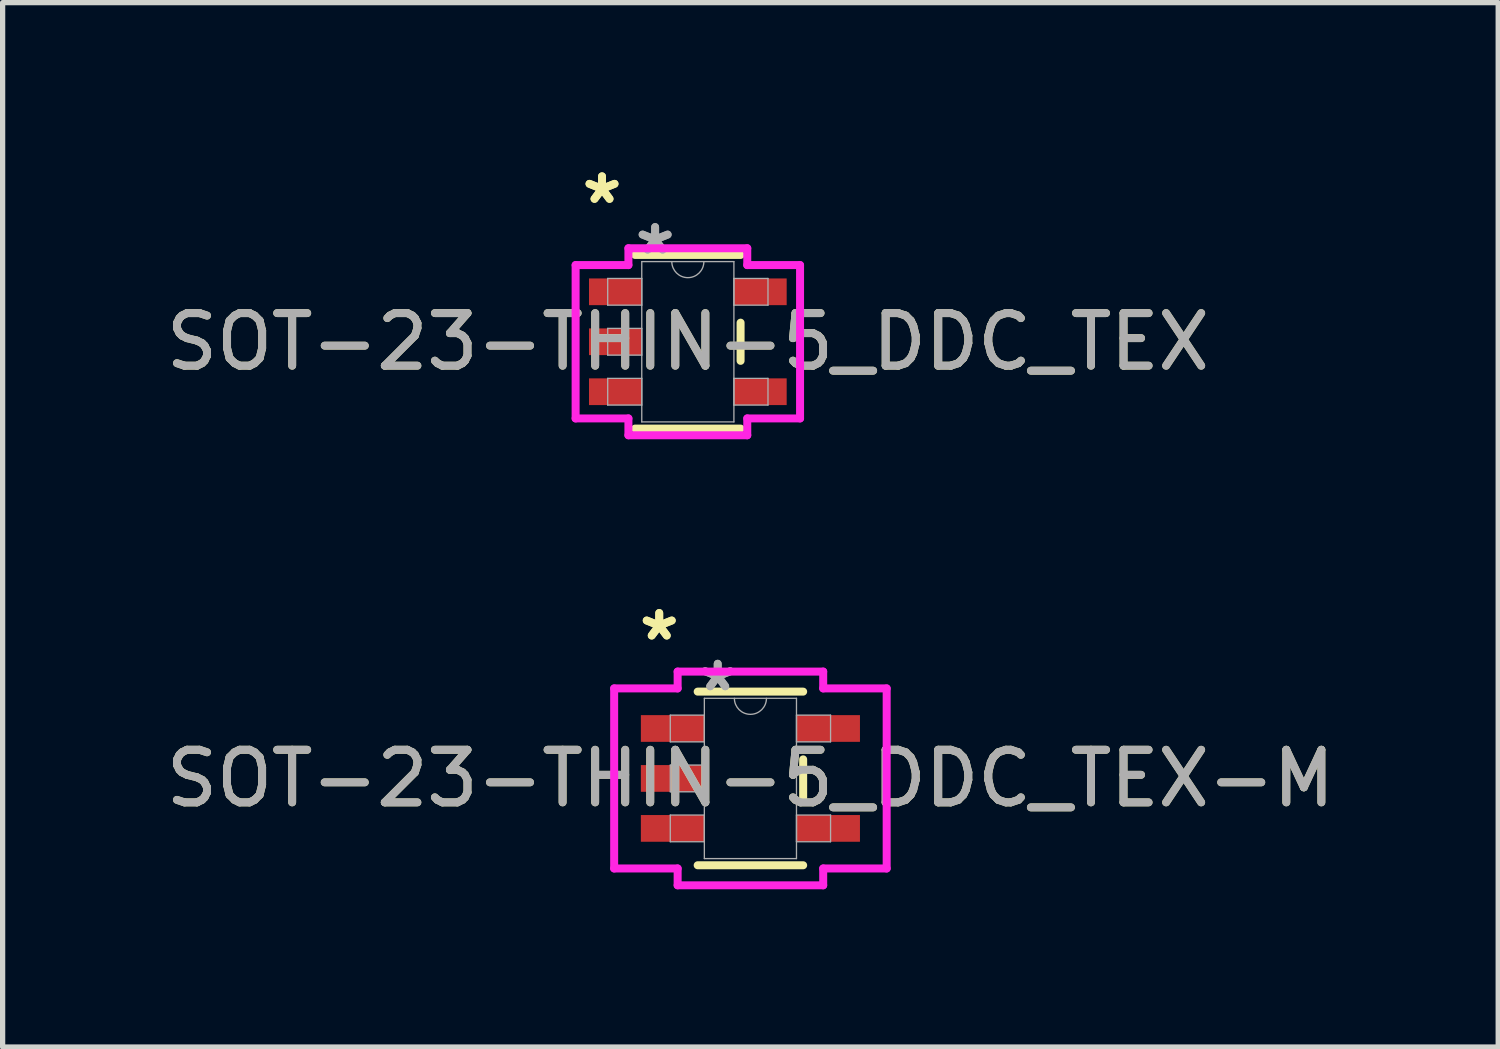
<source format=kicad_pcb>
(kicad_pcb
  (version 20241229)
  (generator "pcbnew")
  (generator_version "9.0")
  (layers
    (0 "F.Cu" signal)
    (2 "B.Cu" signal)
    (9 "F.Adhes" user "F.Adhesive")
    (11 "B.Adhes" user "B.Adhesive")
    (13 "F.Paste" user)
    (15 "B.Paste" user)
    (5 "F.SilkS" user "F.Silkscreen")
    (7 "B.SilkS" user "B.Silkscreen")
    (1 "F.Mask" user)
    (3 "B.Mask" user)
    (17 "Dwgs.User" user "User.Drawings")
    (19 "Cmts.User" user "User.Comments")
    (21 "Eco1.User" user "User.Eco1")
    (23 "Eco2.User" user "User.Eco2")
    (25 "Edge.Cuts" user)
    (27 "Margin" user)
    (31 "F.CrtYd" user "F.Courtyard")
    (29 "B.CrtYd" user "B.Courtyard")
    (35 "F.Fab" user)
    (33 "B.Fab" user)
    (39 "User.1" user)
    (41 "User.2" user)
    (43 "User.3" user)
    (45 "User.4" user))
  (footprint "SOT-23-THIN-5_DDC_TEX-M"
    (layer "F.Cu")
    (at 11.22 11.753)
    (property "Reference" "SOT-23-THIN-5_DDC_TEX-M" (at 0 0 0) (unlocked yes) (layer "F.SilkS") (effects (font (size 1 1) (thickness 0.15))))
    (attr smd)
    (fp_line (start -1.003 1.651) (end 1.003 1.651) (stroke (width 0.152) (type solid)) (layer "F.SilkS"))
    (fp_line (start 1.003 -1.651) (end -1.003 -1.651) (stroke (width 0.152) (type solid)) (layer "F.SilkS"))
    (fp_line (start 1.003 0.363) (end 1.003 -0.363) (stroke (width 0.152) (type solid)) (layer "F.SilkS"))
    (fp_line (start -2.591 -1.712) (end -1.384 -1.712) (stroke (width 0.152) (type solid)) (layer "F.CrtYd"))
    (fp_line (start -2.591 1.712) (end -2.591 -1.712) (stroke (width 0.152) (type solid)) (layer "F.CrtYd"))
    (fp_line (start -1.384 -2.032) (end 1.384 -2.032) (stroke (width 0.152) (type solid)) (layer "F.CrtYd"))
    (fp_line (start -1.384 -1.712) (end -1.384 -2.032) (stroke (width 0.152) (type solid)) (layer "F.CrtYd"))
    (fp_line (start -1.384 1.712) (end -2.591 1.712) (stroke (width 0.152) (type solid)) (layer "F.CrtYd"))
    (fp_line (start -1.384 2.032) (end -1.384 1.712) (stroke (width 0.152) (type solid)) (layer "F.CrtYd"))
    (fp_line (start 1.384 -2.032) (end 1.384 -1.712) (stroke (width 0.152) (type solid)) (layer "F.CrtYd"))
    (fp_line (start 1.384 -1.712) (end 2.591 -1.712) (stroke (width 0.152) (type solid)) (layer "F.CrtYd"))
    (fp_line (start 1.384 1.712) (end 1.384 2.032) (stroke (width 0.152) (type solid)) (layer "F.CrtYd"))
    (fp_line (start 1.384 2.032) (end -1.384 2.032) (stroke (width 0.152) (type solid)) (layer "F.CrtYd"))
    (fp_line (start 2.591 -1.712) (end 2.591 1.712) (stroke (width 0.152) (type solid)) (layer "F.CrtYd"))
    (fp_line (start 2.591 1.712) (end 1.384 1.712) (stroke (width 0.152) (type solid)) (layer "F.CrtYd"))
    (fp_line (start -1.524 -1.204) (end -1.524 -0.696) (stroke (width 0.025) (type solid)) (layer "F.Fab"))
    (fp_line (start -1.524 -0.696) (end -0.876 -0.696) (stroke (width 0.025) (type solid)) (layer "F.Fab"))
    (fp_line (start -1.524 -0.254) (end -1.524 0.254) (stroke (width 0.025) (type solid)) (layer "F.Fab"))
    (fp_line (start -1.524 0.254) (end -0.876 0.254) (stroke (width 0.025) (type solid)) (layer "F.Fab"))
    (fp_line (start -1.524 0.696) (end -1.524 1.204) (stroke (width 0.025) (type solid)) (layer "F.Fab"))
    (fp_line (start -1.524 1.204) (end -0.876 1.204) (stroke (width 0.025) (type solid)) (layer "F.Fab"))
    (fp_line (start -0.876 -1.524) (end -0.876 1.524) (stroke (width 0.025) (type solid)) (layer "F.Fab"))
    (fp_line (start -0.876 -1.204) (end -1.524 -1.204) (stroke (width 0.025) (type solid)) (layer "F.Fab"))
    (fp_line (start -0.876 -0.696) (end -0.876 -1.204) (stroke (width 0.025) (type solid)) (layer "F.Fab"))
    (fp_line (start -0.876 -0.254) (end -1.524 -0.254) (stroke (width 0.025) (type solid)) (layer "F.Fab"))
    (fp_line (start -0.876 0.254) (end -0.876 -0.254) (stroke (width 0.025) (type solid)) (layer "F.Fab"))
    (fp_line (start -0.876 0.696) (end -1.524 0.696) (stroke (width 0.025) (type solid)) (layer "F.Fab"))
    (fp_line (start -0.876 1.204) (end -0.876 0.696) (stroke (width 0.025) (type solid)) (layer "F.Fab"))
    (fp_line (start -0.876 1.524) (end 0.876 1.524) (stroke (width 0.025) (type solid)) (layer "F.Fab"))
    (fp_line (start 0.876 -1.524) (end -0.876 -1.524) (stroke (width 0.025) (type solid)) (layer "F.Fab"))
    (fp_line (start 0.876 -1.204) (end 0.876 -0.696) (stroke (width 0.025) (type solid)) (layer "F.Fab"))
    (fp_line (start 0.876 -0.696) (end 1.524 -0.696) (stroke (width 0.025) (type solid)) (layer "F.Fab"))
    (fp_line (start 0.876 0.696) (end 0.876 1.204) (stroke (width 0.025) (type solid)) (layer "F.Fab"))
    (fp_line (start 0.876 1.204) (end 1.524 1.204) (stroke (width 0.025) (type solid)) (layer "F.Fab"))
    (fp_line (start 0.876 1.524) (end 0.876 -1.524) (stroke (width 0.025) (type solid)) (layer "F.Fab"))
    (fp_line (start 1.524 -1.204) (end 0.876 -1.204) (stroke (width 0.025) (type solid)) (layer "F.Fab"))
    (fp_line (start 1.524 -0.696) (end 1.524 -1.204) (stroke (width 0.025) (type solid)) (layer "F.Fab"))
    (fp_line (start 1.524 0.696) (end 0.876 0.696) (stroke (width 0.025) (type solid)) (layer "F.Fab"))
    (fp_line (start 1.524 1.204) (end 1.524 0.696) (stroke (width 0.025) (type solid)) (layer "F.Fab"))
    (fp_arc (start 0.3048 -1.524) (mid 0 -1.2192) (end -0.3048 -1.524) (stroke (width 0.0254) (type solid)) (layer "F.Fab"))
    (fp_text user "*" (at -1.734 -2.601 0) (layer "F.SilkS") (effects (font (size 1 1) (thickness 0.15))))
    (fp_text user "*" (at -1.734 -2.601 0) (unlocked yes) (layer "F.SilkS") (effects (font (size 1 1) (thickness 0.15))))
    (fp_text user "${REFERENCE}" (at 0 0 0) (unlocked yes) (layer "F.Fab") (effects (font (size 1 1) (thickness 0.15))))
    (fp_text user "*" (at -0.622 -1.636 0) (unlocked yes) (layer "F.Fab") (effects (font (size 1 1) (thickness 0.15))))
    (fp_text user "*" (at -0.622 -1.636 0) (layer "F.Fab") (effects (font (size 1 1) (thickness 0.15))))
    (pad "1" smd rect (at -1.48 -0.95) (size 1.206 0.508) (layers "F.Cu" "F.Mask" "F.Paste"))
    (pad "2" smd rect (at -1.48 0) (size 1.206 0.508) (layers "F.Cu" "F.Mask" "F.Paste"))
    (pad "3" smd rect (at -1.48 0.95) (size 1.206 0.508) (layers "F.Cu" "F.Mask" "F.Paste"))
    (pad "4" smd rect (at 1.48 0.95) (size 1.206 0.508) (layers "F.Cu" "F.Mask" "F.Paste"))
    (pad "5" smd rect (at 1.48 -0.95) (size 1.206 0.508) (layers "F.Cu" "F.Mask" "F.Paste")))
  (footprint "SOT-23-THIN-5_DDC_TEX"
    (layer "F.Cu")
    (at 10.03 3.449)
    (property "Reference" "SOT-23-THIN-5_DDC_TEX" (at 0 0 0) (unlocked yes) (layer "F.SilkS") (effects (font (size 1 1) (thickness 0.15))))
    (attr smd)
    (fp_line (start -1.003 1.651) (end 1.003 1.651) (stroke (width 0.152) (type solid)) (layer "F.SilkS"))
    (fp_line (start 1.003 -1.651) (end -1.003 -1.651) (stroke (width 0.152) (type solid)) (layer "F.SilkS"))
    (fp_line (start 1.003 0.363) (end 1.003 -0.363) (stroke (width 0.152) (type solid)) (layer "F.SilkS"))
    (fp_line (start -2.134 -1.458) (end -1.13 -1.458) (stroke (width 0.152) (type solid)) (layer "F.CrtYd"))
    (fp_line (start -2.134 1.458) (end -2.134 -1.458) (stroke (width 0.152) (type solid)) (layer "F.CrtYd"))
    (fp_line (start -1.13 -1.778) (end 1.13 -1.778) (stroke (width 0.152) (type solid)) (layer "F.CrtYd"))
    (fp_line (start -1.13 -1.458) (end -1.13 -1.778) (stroke (width 0.152) (type solid)) (layer "F.CrtYd"))
    (fp_line (start -1.13 1.458) (end -2.134 1.458) (stroke (width 0.152) (type solid)) (layer "F.CrtYd"))
    (fp_line (start -1.13 1.778) (end -1.13 1.458) (stroke (width 0.152) (type solid)) (layer "F.CrtYd"))
    (fp_line (start 1.13 -1.778) (end 1.13 -1.458) (stroke (width 0.152) (type solid)) (layer "F.CrtYd"))
    (fp_line (start 1.13 -1.458) (end 2.134 -1.458) (stroke (width 0.152) (type solid)) (layer "F.CrtYd"))
    (fp_line (start 1.13 1.458) (end 1.13 1.778) (stroke (width 0.152) (type solid)) (layer "F.CrtYd"))
    (fp_line (start 1.13 1.778) (end -1.13 1.778) (stroke (width 0.152) (type solid)) (layer "F.CrtYd"))
    (fp_line (start 2.134 -1.458) (end 2.134 1.458) (stroke (width 0.152) (type solid)) (layer "F.CrtYd"))
    (fp_line (start 2.134 1.458) (end 1.13 1.458) (stroke (width 0.152) (type solid)) (layer "F.CrtYd"))
    (fp_line (start -1.524 -1.204) (end -1.524 -0.696) (stroke (width 0.025) (type solid)) (layer "F.Fab"))
    (fp_line (start -1.524 -0.696) (end -0.876 -0.696) (stroke (width 0.025) (type solid)) (layer "F.Fab"))
    (fp_line (start -1.524 -0.254) (end -1.524 0.254) (stroke (width 0.025) (type solid)) (layer "F.Fab"))
    (fp_line (start -1.524 0.254) (end -0.876 0.254) (stroke (width 0.025) (type solid)) (layer "F.Fab"))
    (fp_line (start -1.524 0.696) (end -1.524 1.204) (stroke (width 0.025) (type solid)) (layer "F.Fab"))
    (fp_line (start -1.524 1.204) (end -0.876 1.204) (stroke (width 0.025) (type solid)) (layer "F.Fab"))
    (fp_line (start -0.876 -1.524) (end -0.876 1.524) (stroke (width 0.025) (type solid)) (layer "F.Fab"))
    (fp_line (start -0.876 -1.204) (end -1.524 -1.204) (stroke (width 0.025) (type solid)) (layer "F.Fab"))
    (fp_line (start -0.876 -0.696) (end -0.876 -1.204) (stroke (width 0.025) (type solid)) (layer "F.Fab"))
    (fp_line (start -0.876 -0.254) (end -1.524 -0.254) (stroke (width 0.025) (type solid)) (layer "F.Fab"))
    (fp_line (start -0.876 0.254) (end -0.876 -0.254) (stroke (width 0.025) (type solid)) (layer "F.Fab"))
    (fp_line (start -0.876 0.696) (end -1.524 0.696) (stroke (width 0.025) (type solid)) (layer "F.Fab"))
    (fp_line (start -0.876 1.204) (end -0.876 0.696) (stroke (width 0.025) (type solid)) (layer "F.Fab"))
    (fp_line (start -0.876 1.524) (end 0.876 1.524) (stroke (width 0.025) (type solid)) (layer "F.Fab"))
    (fp_line (start 0.876 -1.524) (end -0.876 -1.524) (stroke (width 0.025) (type solid)) (layer "F.Fab"))
    (fp_line (start 0.876 -1.204) (end 0.876 -0.696) (stroke (width 0.025) (type solid)) (layer "F.Fab"))
    (fp_line (start 0.876 -0.696) (end 1.524 -0.696) (stroke (width 0.025) (type solid)) (layer "F.Fab"))
    (fp_line (start 0.876 0.696) (end 0.876 1.204) (stroke (width 0.025) (type solid)) (layer "F.Fab"))
    (fp_line (start 0.876 1.204) (end 1.524 1.204) (stroke (width 0.025) (type solid)) (layer "F.Fab"))
    (fp_line (start 0.876 1.524) (end 0.876 -1.524) (stroke (width 0.025) (type solid)) (layer "F.Fab"))
    (fp_line (start 1.524 -1.204) (end 0.876 -1.204) (stroke (width 0.025) (type solid)) (layer "F.Fab"))
    (fp_line (start 1.524 -0.696) (end 1.524 -1.204) (stroke (width 0.025) (type solid)) (layer "F.Fab"))
    (fp_line (start 1.524 0.696) (end 0.876 0.696) (stroke (width 0.025) (type solid)) (layer "F.Fab"))
    (fp_line (start 1.524 1.204) (end 1.524 0.696) (stroke (width 0.025) (type solid)) (layer "F.Fab"))
    (fp_arc (start 0.3048 -1.524) (mid 0 -1.2192) (end -0.3048 -1.524) (stroke (width 0.0254) (type solid)) (layer "F.Fab"))
    (fp_text user "*" (at -1.632 -2.601 0) (unlocked yes) (layer "F.SilkS") (effects (font (size 1 1) (thickness 0.15))))
    (fp_text user "*" (at -1.632 -2.601 0) (layer "F.SilkS") (effects (font (size 1 1) (thickness 0.15))))
    (fp_text user "*" (at -0.622 -1.636 0) (layer "F.Fab") (effects (font (size 1 1) (thickness 0.15))))
    (fp_text user "*" (at -0.622 -1.636 0) (unlocked yes) (layer "F.Fab") (effects (font (size 1 1) (thickness 0.15))))
    (fp_text user "${REFERENCE}" (at 0 0 0) (unlocked yes) (layer "F.Fab") (effects (font (size 1 1) (thickness 0.15))))
    (pad "1" smd rect (at -1.378 -0.95) (size 1.003 0.508) (layers "F.Cu" "F.Mask" "F.Paste"))
    (pad "2" smd rect (at -1.378 0) (size 1.003 0.508) (layers "F.Cu" "F.Mask" "F.Paste"))
    (pad "3" smd rect (at -1.378 0.95) (size 1.003 0.508) (layers "F.Cu" "F.Mask" "F.Paste"))
    (pad "4" smd rect (at 1.378 0.95) (size 1.003 0.508) (layers "F.Cu" "F.Mask" "F.Paste"))
    (pad "5" smd rect (at 1.378 -0.95) (size 1.003 0.508) (layers "F.Cu" "F.Mask" "F.Paste")))
  (gr_rect
    (start -3 -3)
    (end 25.44 16.861)
    (stroke (width 0.1) (type default))
    (fill no)
    (layer "Edge.Cuts")))
</source>
